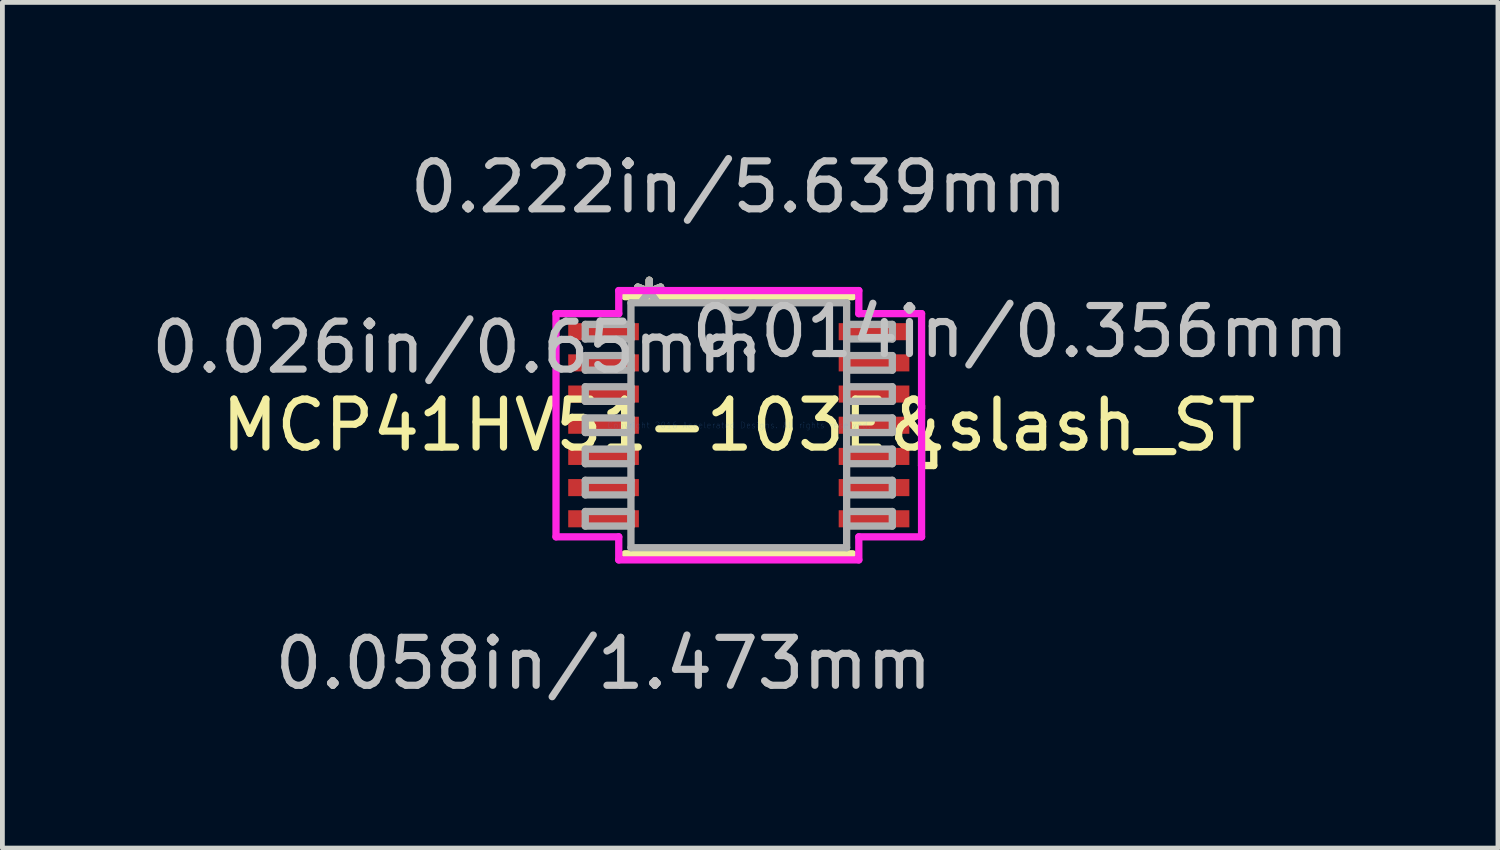
<source format=kicad_pcb>
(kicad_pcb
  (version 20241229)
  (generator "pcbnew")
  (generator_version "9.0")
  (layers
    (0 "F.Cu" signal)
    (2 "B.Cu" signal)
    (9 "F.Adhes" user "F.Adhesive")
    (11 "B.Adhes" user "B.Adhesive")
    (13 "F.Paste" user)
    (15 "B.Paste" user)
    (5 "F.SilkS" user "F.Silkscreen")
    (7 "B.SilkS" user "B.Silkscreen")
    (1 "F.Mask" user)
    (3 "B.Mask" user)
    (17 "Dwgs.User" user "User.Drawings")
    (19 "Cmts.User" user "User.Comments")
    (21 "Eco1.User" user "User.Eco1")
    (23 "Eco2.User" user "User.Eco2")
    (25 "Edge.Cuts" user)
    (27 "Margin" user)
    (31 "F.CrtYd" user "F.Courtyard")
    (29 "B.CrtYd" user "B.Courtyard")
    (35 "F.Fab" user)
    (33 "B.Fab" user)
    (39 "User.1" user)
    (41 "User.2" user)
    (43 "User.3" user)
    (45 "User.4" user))
  (footprint "MCP41HV51-103E&slash_ST"
    (layer "F.Cu")
    (at 12.35 5.814)
    (property "Reference" "MCP41HV51-103E&slash_ST" (at 0 0 0) (layer "F.SilkS") (effects (font (size 1 1) (thickness 0.15))))
    (attr through_hole)
    (fp_line (start -2.375 2.68) (end 2.375 2.68) (stroke (width 0.152) (type solid)) (layer "F.SilkS"))
    (fp_line (start 2.375 -2.68) (end -2.375 -2.68) (stroke (width 0.152) (type solid)) (layer "F.SilkS"))
    (fp_line (start 3.81 0.459) (end 4.064 0.459) (stroke (width 0.152) (type solid)) (layer "F.SilkS"))
    (fp_line (start 3.81 0.84) (end 3.81 0.459) (stroke (width 0.152) (type solid)) (layer "F.SilkS"))
    (fp_line (start 4.064 0.459) (end 4.064 0.84) (stroke (width 0.152) (type solid)) (layer "F.SilkS"))
    (fp_line (start 4.064 0.84) (end 3.81 0.84) (stroke (width 0.152) (type solid)) (layer "F.SilkS"))
    (fp_line (start -3.81 -2.326) (end -2.502 -2.326) (stroke (width 0.152) (type solid)) (layer "F.CrtYd"))
    (fp_line (start -3.81 2.326) (end -3.81 -2.326) (stroke (width 0.152) (type solid)) (layer "F.CrtYd"))
    (fp_line (start -2.502 -2.807) (end 2.502 -2.807) (stroke (width 0.152) (type solid)) (layer "F.CrtYd"))
    (fp_line (start -2.502 -2.326) (end -2.502 -2.807) (stroke (width 0.152) (type solid)) (layer "F.CrtYd"))
    (fp_line (start -2.502 2.326) (end -3.81 2.326) (stroke (width 0.152) (type solid)) (layer "F.CrtYd"))
    (fp_line (start -2.502 2.807) (end -2.502 2.326) (stroke (width 0.152) (type solid)) (layer "F.CrtYd"))
    (fp_line (start 2.502 -2.807) (end 2.502 -2.326) (stroke (width 0.152) (type solid)) (layer "F.CrtYd"))
    (fp_line (start 2.502 -2.326) (end 3.81 -2.326) (stroke (width 0.152) (type solid)) (layer "F.CrtYd"))
    (fp_line (start 2.502 2.326) (end 2.502 2.807) (stroke (width 0.152) (type solid)) (layer "F.CrtYd"))
    (fp_line (start 2.502 2.807) (end -2.502 2.807) (stroke (width 0.152) (type solid)) (layer "F.CrtYd"))
    (fp_line (start 3.81 -2.326) (end 3.81 2.326) (stroke (width 0.152) (type solid)) (layer "F.CrtYd"))
    (fp_line (start 3.81 2.326) (end 2.502 2.326) (stroke (width 0.152) (type solid)) (layer "F.CrtYd"))
    (fp_line (start -3.2 -2.102) (end -3.2 -1.798) (stroke (width 0.152) (type solid)) (layer "F.Fab"))
    (fp_line (start -3.2 -1.798) (end -2.248 -1.798) (stroke (width 0.152) (type solid)) (layer "F.Fab"))
    (fp_line (start -3.2 -1.452) (end -3.2 -1.148) (stroke (width 0.152) (type solid)) (layer "F.Fab"))
    (fp_line (start -3.2 -1.148) (end -2.248 -1.148) (stroke (width 0.152) (type solid)) (layer "F.Fab"))
    (fp_line (start -3.2 -0.802) (end -3.2 -0.498) (stroke (width 0.152) (type solid)) (layer "F.Fab"))
    (fp_line (start -3.2 -0.498) (end -2.248 -0.498) (stroke (width 0.152) (type solid)) (layer "F.Fab"))
    (fp_line (start -3.2 -0.152) (end -3.2 0.152) (stroke (width 0.152) (type solid)) (layer "F.Fab"))
    (fp_line (start -3.2 0.152) (end -2.248 0.152) (stroke (width 0.152) (type solid)) (layer "F.Fab"))
    (fp_line (start -3.2 0.498) (end -3.2 0.802) (stroke (width 0.152) (type solid)) (layer "F.Fab"))
    (fp_line (start -3.2 0.802) (end -2.248 0.802) (stroke (width 0.152) (type solid)) (layer "F.Fab"))
    (fp_line (start -3.2 1.148) (end -3.2 1.452) (stroke (width 0.152) (type solid)) (layer "F.Fab"))
    (fp_line (start -3.2 1.452) (end -2.248 1.452) (stroke (width 0.152) (type solid)) (layer "F.Fab"))
    (fp_line (start -3.2 1.798) (end -3.2 2.102) (stroke (width 0.152) (type solid)) (layer "F.Fab"))
    (fp_line (start -3.2 2.102) (end -2.248 2.102) (stroke (width 0.152) (type solid)) (layer "F.Fab"))
    (fp_line (start -2.248 -2.553) (end -2.248 2.553) (stroke (width 0.152) (type solid)) (layer "F.Fab"))
    (fp_line (start -2.248 -2.102) (end -3.2 -2.102) (stroke (width 0.152) (type solid)) (layer "F.Fab"))
    (fp_line (start -2.248 -1.798) (end -2.248 -2.102) (stroke (width 0.152) (type solid)) (layer "F.Fab"))
    (fp_line (start -2.248 -1.452) (end -3.2 -1.452) (stroke (width 0.152) (type solid)) (layer "F.Fab"))
    (fp_line (start -2.248 -1.148) (end -2.248 -1.452) (stroke (width 0.152) (type solid)) (layer "F.Fab"))
    (fp_line (start -2.248 -0.802) (end -3.2 -0.802) (stroke (width 0.152) (type solid)) (layer "F.Fab"))
    (fp_line (start -2.248 -0.498) (end -2.248 -0.802) (stroke (width 0.152) (type solid)) (layer "F.Fab"))
    (fp_line (start -2.248 -0.152) (end -3.2 -0.152) (stroke (width 0.152) (type solid)) (layer "F.Fab"))
    (fp_line (start -2.248 0.152) (end -2.248 -0.152) (stroke (width 0.152) (type solid)) (layer "F.Fab"))
    (fp_line (start -2.248 0.498) (end -3.2 0.498) (stroke (width 0.152) (type solid)) (layer "F.Fab"))
    (fp_line (start -2.248 0.802) (end -2.248 0.498) (stroke (width 0.152) (type solid)) (layer "F.Fab"))
    (fp_line (start -2.248 1.148) (end -3.2 1.148) (stroke (width 0.152) (type solid)) (layer "F.Fab"))
    (fp_line (start -2.248 1.452) (end -2.248 1.148) (stroke (width 0.152) (type solid)) (layer "F.Fab"))
    (fp_line (start -2.248 1.798) (end -3.2 1.798) (stroke (width 0.152) (type solid)) (layer "F.Fab"))
    (fp_line (start -2.248 2.102) (end -2.248 1.798) (stroke (width 0.152) (type solid)) (layer "F.Fab"))
    (fp_line (start -2.248 2.553) (end 2.248 2.553) (stroke (width 0.152) (type solid)) (layer "F.Fab"))
    (fp_line (start 2.248 -2.553) (end -2.248 -2.553) (stroke (width 0.152) (type solid)) (layer "F.Fab"))
    (fp_line (start 2.248 -2.102) (end 2.248 -1.798) (stroke (width 0.152) (type solid)) (layer "F.Fab"))
    (fp_line (start 2.248 -1.798) (end 3.2 -1.798) (stroke (width 0.152) (type solid)) (layer "F.Fab"))
    (fp_line (start 2.248 -1.452) (end 2.248 -1.148) (stroke (width 0.152) (type solid)) (layer "F.Fab"))
    (fp_line (start 2.248 -1.148) (end 3.2 -1.148) (stroke (width 0.152) (type solid)) (layer "F.Fab"))
    (fp_line (start 2.248 -0.802) (end 2.248 -0.498) (stroke (width 0.152) (type solid)) (layer "F.Fab"))
    (fp_line (start 2.248 -0.498) (end 3.2 -0.498) (stroke (width 0.152) (type solid)) (layer "F.Fab"))
    (fp_line (start 2.248 -0.152) (end 2.248 0.152) (stroke (width 0.152) (type solid)) (layer "F.Fab"))
    (fp_line (start 2.248 0.152) (end 3.2 0.152) (stroke (width 0.152) (type solid)) (layer "F.Fab"))
    (fp_line (start 2.248 0.498) (end 2.248 0.802) (stroke (width 0.152) (type solid)) (layer "F.Fab"))
    (fp_line (start 2.248 0.802) (end 3.2 0.802) (stroke (width 0.152) (type solid)) (layer "F.Fab"))
    (fp_line (start 2.248 1.148) (end 2.248 1.452) (stroke (width 0.152) (type solid)) (layer "F.Fab"))
    (fp_line (start 2.248 1.452) (end 3.2 1.452) (stroke (width 0.152) (type solid)) (layer "F.Fab"))
    (fp_line (start 2.248 1.798) (end 2.248 2.102) (stroke (width 0.152) (type solid)) (layer "F.Fab"))
    (fp_line (start 2.248 2.102) (end 3.2 2.102) (stroke (width 0.152) (type solid)) (layer "F.Fab"))
    (fp_line (start 2.248 2.553) (end 2.248 -2.553) (stroke (width 0.152) (type solid)) (layer "F.Fab"))
    (fp_line (start 3.2 -2.102) (end 2.248 -2.102) (stroke (width 0.152) (type solid)) (layer "F.Fab"))
    (fp_line (start 3.2 -1.798) (end 3.2 -2.102) (stroke (width 0.152) (type solid)) (layer "F.Fab"))
    (fp_line (start 3.2 -1.452) (end 2.248 -1.452) (stroke (width 0.152) (type solid)) (layer "F.Fab"))
    (fp_line (start 3.2 -1.148) (end 3.2 -1.452) (stroke (width 0.152) (type solid)) (layer "F.Fab"))
    (fp_line (start 3.2 -0.802) (end 2.248 -0.802) (stroke (width 0.152) (type solid)) (layer "F.Fab"))
    (fp_line (start 3.2 -0.498) (end 3.2 -0.802) (stroke (width 0.152) (type solid)) (layer "F.Fab"))
    (fp_line (start 3.2 -0.152) (end 2.248 -0.152) (stroke (width 0.152) (type solid)) (layer "F.Fab"))
    (fp_line (start 3.2 0.152) (end 3.2 -0.152) (stroke (width 0.152) (type solid)) (layer "F.Fab"))
    (fp_line (start 3.2 0.498) (end 2.248 0.498) (stroke (width 0.152) (type solid)) (layer "F.Fab"))
    (fp_line (start 3.2 0.802) (end 3.2 0.498) (stroke (width 0.152) (type solid)) (layer "F.Fab"))
    (fp_line (start 3.2 1.148) (end 2.248 1.148) (stroke (width 0.152) (type solid)) (layer "F.Fab"))
    (fp_line (start 3.2 1.452) (end 3.2 1.148) (stroke (width 0.152) (type solid)) (layer "F.Fab"))
    (fp_line (start 3.2 1.798) (end 2.248 1.798) (stroke (width 0.152) (type solid)) (layer "F.Fab"))
    (fp_line (start 3.2 2.102) (end 3.2 1.798) (stroke (width 0.152) (type solid)) (layer "F.Fab"))
    (fp_arc (start 0.3048 -2.5527) (mid 0 -2.2479) (end -0.3048 -2.5527) (stroke (width 0.1524) (type solid)) (layer "F.Fab"))
    (fp_text user "*" (at -1.867 -2.477 0) (layer "F.SilkS") (effects (font (size 1 1) (thickness 0.15))))
    (fp_text user "*" (at -1.867 -2.477 0) (layer "F.SilkS") (effects (font (size 1 1) (thickness 0.15))))
    (fp_text user "0.014in/0.356mm" (at 5.867 -1.95 0) (layer "Dwgs.User") (effects (font (size 1 1) (thickness 0.15))))
    (fp_text user "0.222in/5.639mm" (at 0 -4.966 0) (layer "Dwgs.User") (effects (font (size 1 1) (thickness 0.15))))
    (fp_text user "0.026in/0.65mm" (at -5.867 -1.625 0) (layer "Dwgs.User") (effects (font (size 1 1) (thickness 0.15))))
    (fp_text user "0.058in/1.473mm" (at -2.819 4.966 0) (layer "Dwgs.User") (effects (font (size 1 1) (thickness 0.15))))
    (fp_text user "Copyright 2016 Accelerated Designs. All rights reserved." (at 0 0 0) (layer "Cmts.User") (effects (font (size 0.127 0.127) (thickness 0.002))))
    (fp_text user "*" (at -1.867 -2.477 0) (layer "F.Fab") (effects (font (size 1 1) (thickness 0.15))))
    (fp_text user "*" (at -1.867 -2.477 0) (layer "F.Fab") (effects (font (size 1 1) (thickness 0.15))))
    (pad "1" smd rect (at -2.819 -1.95) (size 1.473 0.356) (layers "F.Cu" "F.Mask" "F.Paste"))
    (pad "2" smd rect (at -2.819 -1.3) (size 1.473 0.356) (layers "F.Cu" "F.Mask" "F.Paste"))
    (pad "3" smd rect (at -2.819 -0.65) (size 1.473 0.356) (layers "F.Cu" "F.Mask" "F.Paste"))
    (pad "4" smd rect (at -2.819 0) (size 1.473 0.356) (layers "F.Cu" "F.Mask" "F.Paste"))
    (pad "5" smd rect (at -2.819 0.65) (size 1.473 0.356) (layers "F.Cu" "F.Mask" "F.Paste"))
    (pad "6" smd rect (at -2.819 1.3) (size 1.473 0.356) (layers "F.Cu" "F.Mask" "F.Paste"))
    (pad "7" smd rect (at -2.819 1.95) (size 1.473 0.356) (layers "F.Cu" "F.Mask" "F.Paste"))
    (pad "8" smd rect (at 2.819 1.95) (size 1.473 0.356) (layers "F.Cu" "F.Mask" "F.Paste"))
    (pad "9" smd rect (at 2.819 1.3) (size 1.473 0.356) (layers "F.Cu" "F.Mask" "F.Paste"))
    (pad "10" smd rect (at 2.819 0.65) (size 1.473 0.356) (layers "F.Cu" "F.Mask" "F.Paste"))
    (pad "11" smd rect (at 2.819 0) (size 1.473 0.356) (layers "F.Cu" "F.Mask" "F.Paste"))
    (pad "12" smd rect (at 2.819 -0.65) (size 1.473 0.356) (layers "F.Cu" "F.Mask" "F.Paste"))
    (pad "13" smd rect (at 2.819 -1.3) (size 1.473 0.356) (layers "F.Cu" "F.Mask" "F.Paste"))
    (pad "14" smd rect (at 2.819 -1.95) (size 1.473 0.356) (layers "F.Cu" "F.Mask" "F.Paste")))
  (gr_rect
    (start -3 -3)
    (end 28.175 14.628)
    (stroke (width 0.1) (type default))
    (fill no)
    (layer "Edge.Cuts")))
</source>
